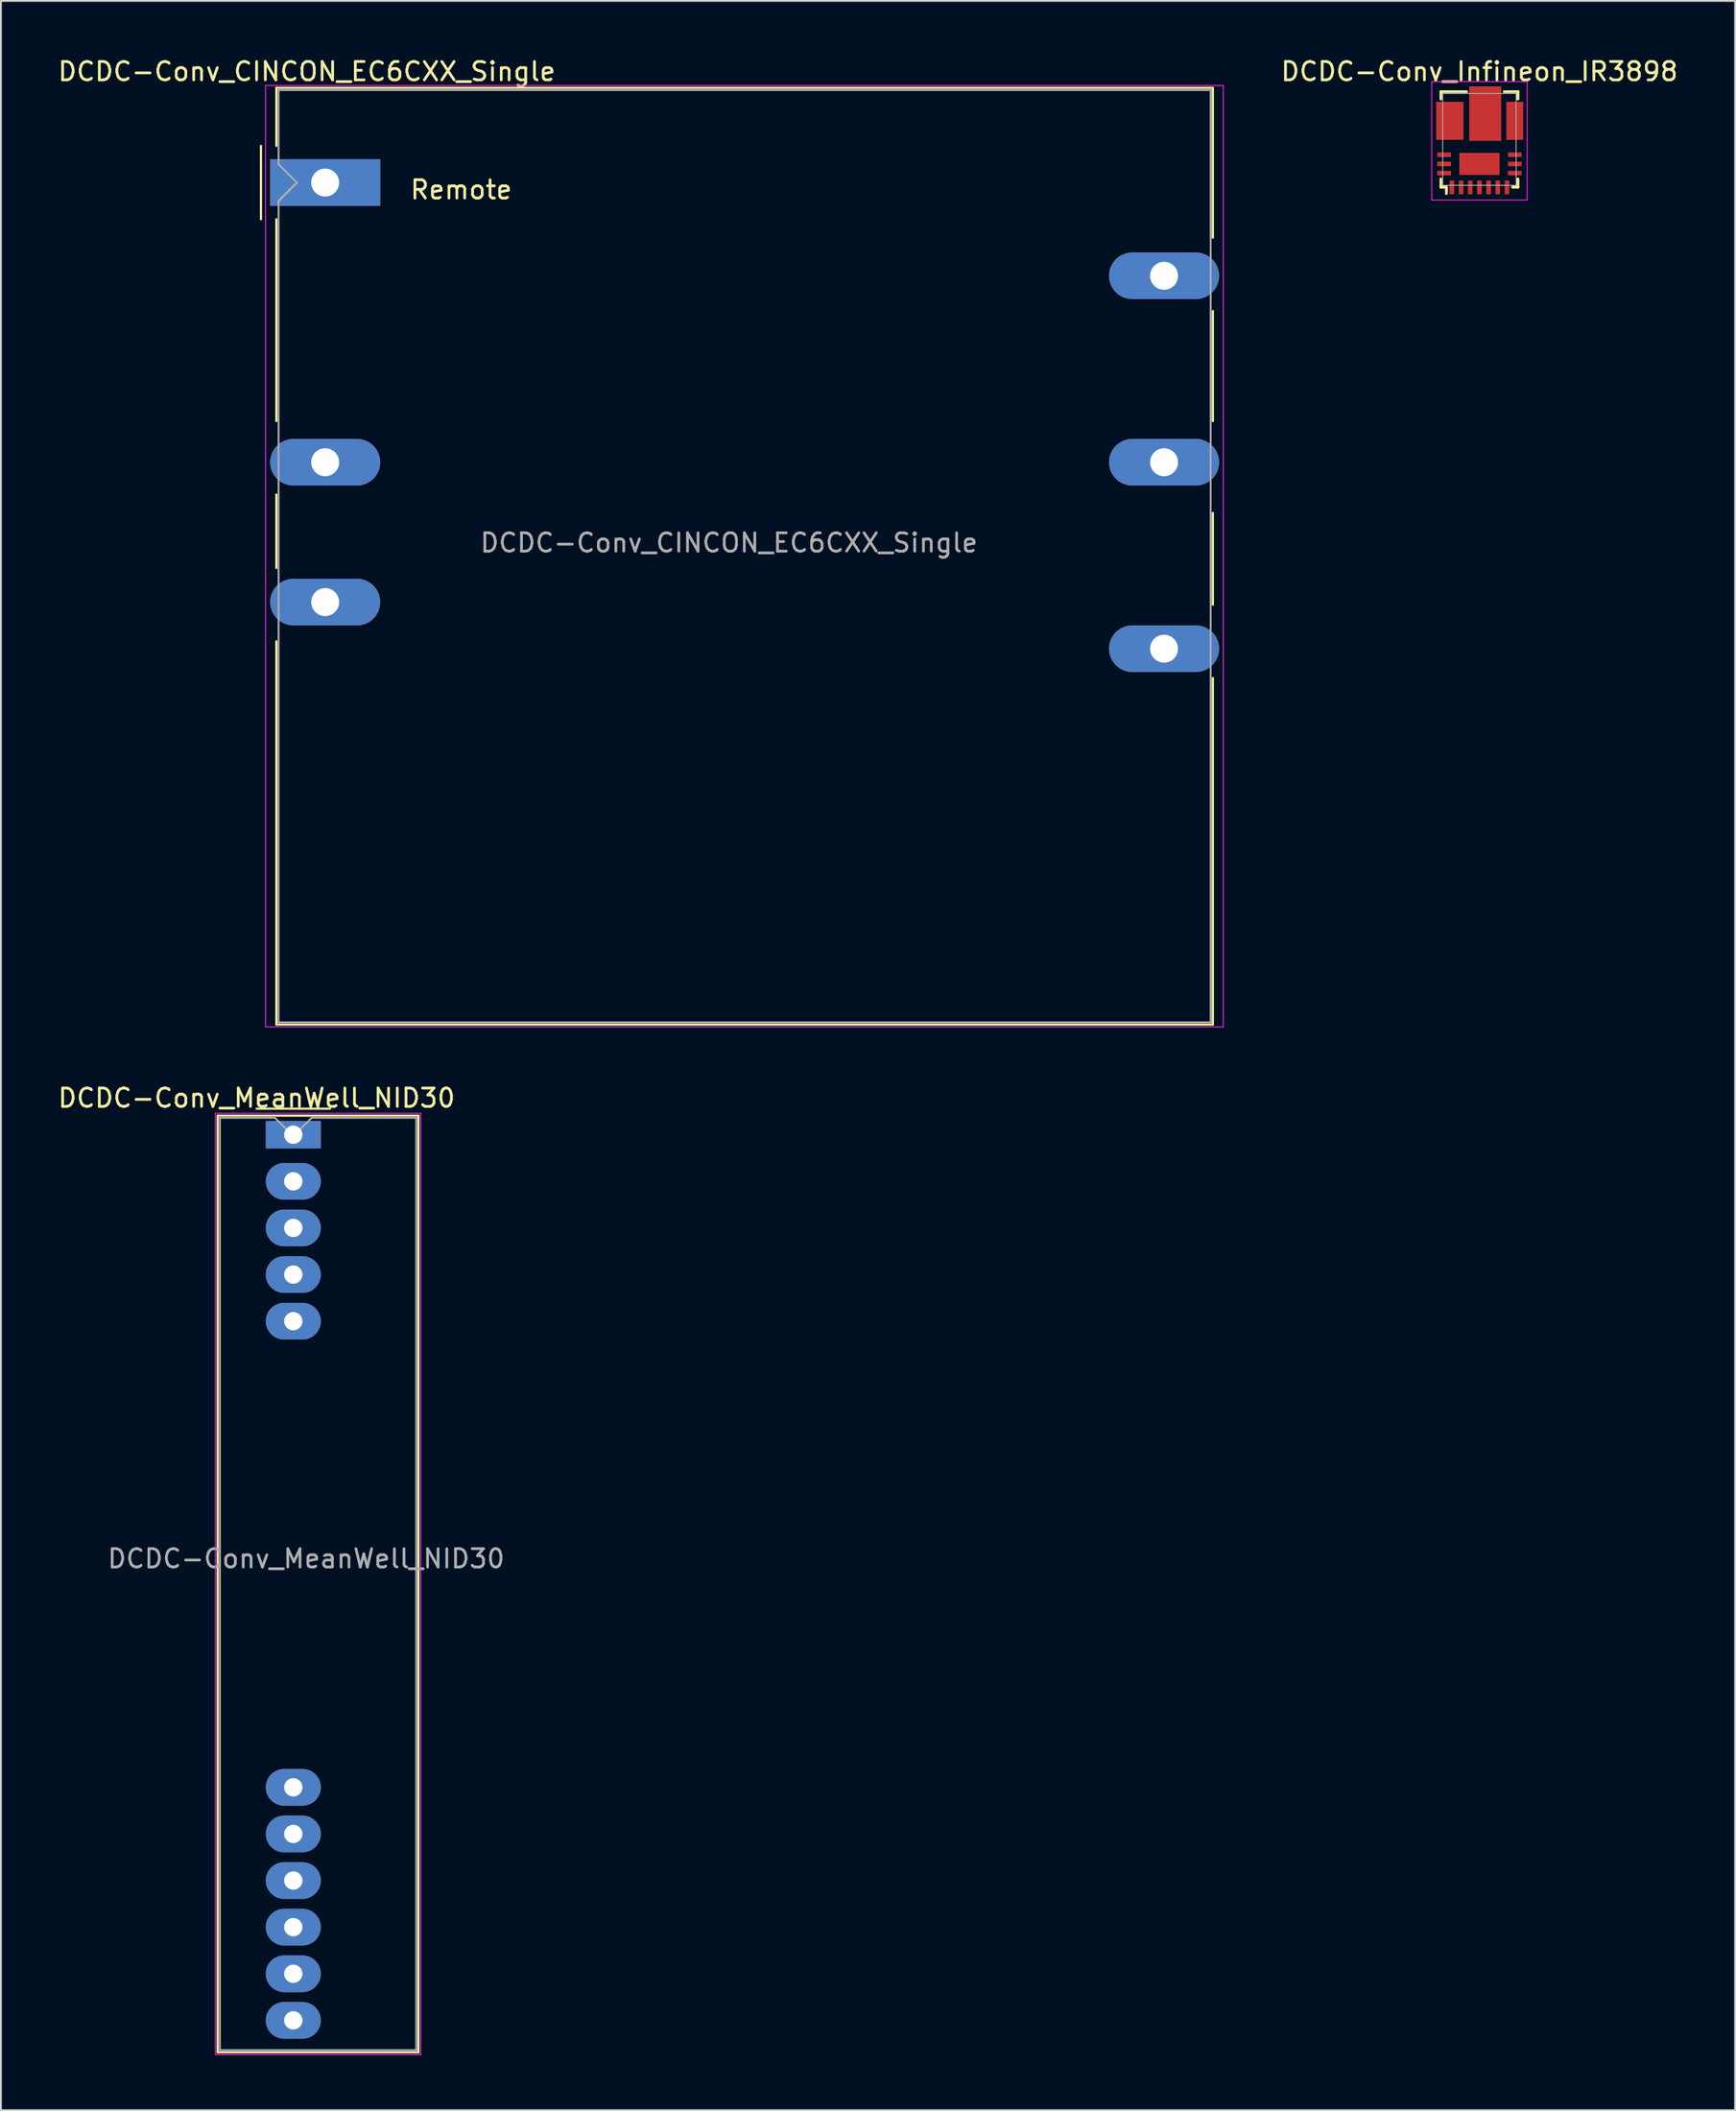
<source format=kicad_pcb>
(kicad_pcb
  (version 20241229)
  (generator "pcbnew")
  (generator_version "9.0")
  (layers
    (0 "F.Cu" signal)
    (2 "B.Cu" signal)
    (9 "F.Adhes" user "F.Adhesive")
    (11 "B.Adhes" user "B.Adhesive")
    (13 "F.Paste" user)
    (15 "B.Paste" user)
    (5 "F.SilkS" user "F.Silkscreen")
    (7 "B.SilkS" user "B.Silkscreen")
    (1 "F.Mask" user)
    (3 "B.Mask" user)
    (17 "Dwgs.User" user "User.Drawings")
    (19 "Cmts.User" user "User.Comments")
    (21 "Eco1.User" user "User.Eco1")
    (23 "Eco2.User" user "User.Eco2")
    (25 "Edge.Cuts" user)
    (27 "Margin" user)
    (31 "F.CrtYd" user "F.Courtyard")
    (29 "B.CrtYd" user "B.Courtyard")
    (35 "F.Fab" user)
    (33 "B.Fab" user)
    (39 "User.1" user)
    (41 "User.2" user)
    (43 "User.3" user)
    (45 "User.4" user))
  (footprint "DCDC-Conv_CINCON_EC6CXX_Single"
    (layer "F.Cu")
    (at 14.673 6.898)
    (property "Reference" "DCDC-Conv_CINCON_EC6CXX_Single" (at -1 -6.05 0) (layer "F.SilkS") (effects (font (size 1 1) (thickness 0.15))))
    (attr through_hole)
    (fp_line (start -3.5 -2) (end -3.5 2) (stroke (width 0.12) (type solid)) (layer "F.SilkS"))
    (fp_line (start -2.66 -5.16) (end 48.38 -5.16) (stroke (width 0.12) (type solid)) (layer "F.SilkS"))
    (fp_line (start -2.66 -2) (end -2.66 -5.16) (stroke (width 0.12) (type solid)) (layer "F.SilkS"))
    (fp_line (start -2.66 2) (end -2.66 13) (stroke (width 0.12) (type solid)) (layer "F.SilkS"))
    (fp_line (start -2.66 17) (end -2.66 21) (stroke (width 0.12) (type solid)) (layer "F.SilkS"))
    (fp_line (start -2.66 25) (end -2.66 45.88) (stroke (width 0.12) (type solid)) (layer "F.SilkS"))
    (fp_line (start 48.38 -5.16) (end 48.38 3) (stroke (width 0.12) (type solid)) (layer "F.SilkS"))
    (fp_line (start 48.38 7) (end 48.38 13) (stroke (width 0.12) (type solid)) (layer "F.SilkS"))
    (fp_line (start 48.38 18) (end 48.38 23) (stroke (width 0.12) (type solid)) (layer "F.SilkS"))
    (fp_line (start 48.38 27) (end 48.38 45.88) (stroke (width 0.12) (type solid)) (layer "F.SilkS"))
    (fp_line (start 48.38 45.88) (end -2.66 45.88) (stroke (width 0.12) (type solid)) (layer "F.SilkS"))
    (fp_line (start -3.25 -5.29) (end -3.25 46.01) (stroke (width 0.05) (type solid)) (layer "F.CrtYd"))
    (fp_line (start -3.25 -5.29) (end 48.95 -5.29) (stroke (width 0.05) (type solid)) (layer "F.CrtYd"))
    (fp_line (start -3.25 46.01) (end 48.95 46.01) (stroke (width 0.05) (type solid)) (layer "F.CrtYd"))
    (fp_line (start 48.95 -5.29) (end 48.95 46.01) (stroke (width 0.05) (type solid)) (layer "F.CrtYd"))
    (fp_line (start -2.54 -5.04) (end 48.26 -5.04) (stroke (width 0.1) (type solid)) (layer "F.Fab"))
    (fp_line (start -2.54 -1) (end -2.54 -5.04) (stroke (width 0.1) (type solid)) (layer "F.Fab"))
    (fp_line (start -2.54 -1) (end -1.54 0) (stroke (width 0.1) (type solid)) (layer "F.Fab"))
    (fp_line (start -2.54 45.76) (end -2.54 1) (stroke (width 0.1) (type solid)) (layer "F.Fab"))
    (fp_line (start -1.54 0) (end -2.54 1) (stroke (width 0.12) (type solid)) (layer "F.Fab"))
    (fp_line (start 48.26 45.76) (end -2.54 45.76) (stroke (width 0.1) (type solid)) (layer "F.Fab"))
    (fp_line (start 48.26 45.76) (end 48.26 -5.04) (stroke (width 0.1) (type solid)) (layer "F.Fab"))
    (fp_text user "Remote" (at 7.414 0.391 0) (layer "F.SilkS") (effects (font (size 1 1) (thickness 0.15))))
    (fp_text user "${REFERENCE}" (at 22.01 19.63 0) (layer "F.Fab") (effects (font (size 1 1) (thickness 0.15))))
    (pad "1" thru_hole rect (at 0 0) (size 5.999 2.54) (drill 1.524) (layers "*.Cu" "*.Mask"))
    (pad "3" thru_hole oval (at 0 15.24) (size 6 2.54) (drill 1.524) (layers "*.Cu" "*.Mask"))
    (pad "4" thru_hole oval (at 0 22.86) (size 6 2.54) (drill 1.524) (layers "*.Cu" "*.Mask"))
    (pad "5" thru_hole oval (at 45.72 5.08) (size 5.999 2.54) (drill 1.524) (layers "*.Cu" "*.Mask"))
    (pad "6" thru_hole oval (at 45.72 15.24) (size 6 2.54) (drill 1.524) (layers "*.Cu" "*.Mask"))
    (pad "7" thru_hole oval (at 45.72 25.4) (size 6 2.54) (drill 1.524) (layers "*.Cu" "*.Mask")))
  (footprint "DCDC-Conv_MeanWell_NID30"
    (layer "F.Cu")
    (at 12.935 58.782)
    (property "Reference" "DCDC-Conv_MeanWell_NID30" (at -2 -2 0) (layer "F.SilkS") (effects (font (size 1 1) (thickness 0.15))))
    (attr through_hole)
    (fp_line (start -4.12 -1.04) (end 6.82 -1.04) (stroke (width 0.12) (type solid)) (layer "F.SilkS"))
    (fp_line (start -4.12 50) (end -4.12 -1.04) (stroke (width 0.12) (type solid)) (layer "F.SilkS"))
    (fp_line (start -2 -1.42) (end 2 -1.42) (stroke (width 0.12) (type solid)) (layer "F.SilkS"))
    (fp_line (start 6.82 -1.04) (end 6.82 50) (stroke (width 0.12) (type solid)) (layer "F.SilkS"))
    (fp_line (start 6.82 50) (end -4.12 50) (stroke (width 0.12) (type solid)) (layer "F.SilkS"))
    (fp_line (start -4.25 -1.17) (end 6.95 -1.17) (stroke (width 0.05) (type solid)) (layer "F.CrtYd"))
    (fp_line (start -4.25 50.13) (end -4.25 -1.17) (stroke (width 0.05) (type solid)) (layer "F.CrtYd"))
    (fp_line (start 6.95 -1.17) (end 6.95 50.13) (stroke (width 0.05) (type solid)) (layer "F.CrtYd"))
    (fp_line (start 6.95 50.13) (end -4.25 50.13) (stroke (width 0.05) (type solid)) (layer "F.CrtYd"))
    (fp_line (start -4 -0.92) (end -1 -0.92) (stroke (width 0.1) (type solid)) (layer "F.Fab"))
    (fp_line (start -4 49.88) (end -4 -0.92) (stroke (width 0.1) (type solid)) (layer "F.Fab"))
    (fp_line (start -1 -0.92) (end 0 0.08) (stroke (width 0.1) (type solid)) (layer "F.Fab"))
    (fp_line (start 0 0.08) (end 1 -0.92) (stroke (width 0.1) (type solid)) (layer "F.Fab"))
    (fp_line (start 1 -0.92) (end 6.7 -0.92) (stroke (width 0.1) (type solid)) (layer "F.Fab"))
    (fp_line (start 6.7 -0.92) (end 6.7 49.88) (stroke (width 0.1) (type solid)) (layer "F.Fab"))
    (fp_line (start 6.7 49.88) (end -4 49.88) (stroke (width 0.1) (type solid)) (layer "F.Fab"))
    (fp_text user "${REFERENCE}" (at 0.7 23.1 0) (layer "F.Fab") (effects (font (size 1 1) (thickness 0.15))))
    (pad "1" thru_hole rect (at 0 0) (size 3 1.5) (drill 1) (layers "*.Cu" "*.Mask"))
    (pad "2" thru_hole oval (at 0 2.54) (size 3 2) (drill 1) (layers "*.Cu" "*.Mask"))
    (pad "3" thru_hole oval (at 0 5.08) (size 3 2) (drill 1) (layers "*.Cu" "*.Mask"))
    (pad "4" thru_hole oval (at 0 7.62) (size 3 2) (drill 1) (layers "*.Cu" "*.Mask"))
    (pad "5" thru_hole oval (at 0 10.16) (size 3 2) (drill 1) (layers "*.Cu" "*.Mask"))
    (pad "6" thru_hole oval (at 0 35.56) (size 3 2) (drill 1) (layers "*.Cu" "*.Mask"))
    (pad "7" thru_hole oval (at 0 38.1) (size 3 2) (drill 1) (layers "*.Cu" "*.Mask"))
    (pad "8" thru_hole oval (at 0 40.64) (size 3 2) (drill 1) (layers "*.Cu" "*.Mask"))
    (pad "9" thru_hole oval (at 0 43.18) (size 3 2) (drill 1) (layers "*.Cu" "*.Mask"))
    (pad "10" thru_hole oval (at 0 45.72) (size 3 2) (drill 1) (layers "*.Cu" "*.Mask"))
    (pad "11" thru_hole oval (at 0 48.26) (size 3 2) (drill 1) (layers "*.Cu" "*.Mask")))
  (footprint "DCDC-Conv_Infineon_IR3898"
    (layer "F.Cu")
    (at 77.582 4.548)
    (property "Reference" "DCDC-Conv_Infineon_IR3898" (at 0 -3.7 0) (layer "F.SilkS") (effects (font (size 1 1) (thickness 0.15))))
    (attr smd)
    (fp_line (start -2.1 -2.6) (end -2.1 -2.2) (stroke (width 0.15) (type solid)) (layer "F.SilkS"))
    (fp_line (start -2.1 2.15) (end -2.1 2.6) (stroke (width 0.15) (type solid)) (layer "F.SilkS"))
    (fp_line (start -2.1 2.6) (end -1.8 2.6) (stroke (width 0.15) (type solid)) (layer "F.SilkS"))
    (fp_line (start -1.8 2.6) (end -1.8 2.95) (stroke (width 0.15) (type solid)) (layer "F.SilkS"))
    (fp_line (start -0.7 -2.6) (end -2.1 -2.6) (stroke (width 0.15) (type solid)) (layer "F.SilkS"))
    (fp_line (start 1.8 2.6) (end 2.1 2.6) (stroke (width 0.15) (type solid)) (layer "F.SilkS"))
    (fp_line (start 2.1 -2.6) (end 1.35 -2.6) (stroke (width 0.15) (type solid)) (layer "F.SilkS"))
    (fp_line (start 2.1 -2.6) (end 2.1 -2.2) (stroke (width 0.15) (type solid)) (layer "F.SilkS"))
    (fp_line (start 2.1 2.15) (end 2.1 2.6) (stroke (width 0.15) (type solid)) (layer "F.SilkS"))
    (fp_line (start -2.6 -3.15) (end 2.6 -3.15) (stroke (width 0.05) (type solid)) (layer "F.CrtYd"))
    (fp_line (start -2.6 3.3) (end -2.6 -3.15) (stroke (width 0.05) (type solid)) (layer "F.CrtYd"))
    (fp_line (start 2.6 -3.15) (end 2.6 3.3) (stroke (width 0.05) (type solid)) (layer "F.CrtYd"))
    (fp_line (start 2.6 3.3) (end -2.6 3.3) (stroke (width 0.05) (type solid)) (layer "F.CrtYd"))
    (fp_line (start -2 -2.5) (end -2 2.5) (stroke (width 0.05) (type solid)) (layer "F.Fab"))
    (fp_line (start -2 -2.5) (end 2 -2.5) (stroke (width 0.05) (type solid)) (layer "F.Fab"))
    (fp_line (start -2 2.5) (end 2 2.5) (stroke (width 0.05) (type solid)) (layer "F.Fab"))
    (fp_line (start 2 -2.5) (end 2 2.5) (stroke (width 0.05) (type solid)) (layer "F.Fab"))
    (pad "" smd rect (at -2.125 -1.84 180) (size 0.8 0.3) (drill (offset -0.2 0)) (layers "F.Mask" "F.Paste"))
    (pad "" smd rect (at -2.125 -1.29 180) (size 0.8 0.3) (drill (offset -0.2 0)) (layers "F.Mask" "F.Paste"))
    (pad "" smd rect (at -2.125 -0.74 180) (size 0.8 0.3) (drill (offset -0.2 0)) (layers "F.Mask" "F.Paste"))
    (pad "" smd rect (at -2.125 -0.19 180) (size 0.8 0.3) (drill (offset -0.2 0)) (layers "F.Mask" "F.Paste"))
    (pad "" smd rect (at -1.412 -1.015 180) (size 0.97 1.95) (layers "F.Mask" "F.Paste"))
    (pad "" smd rect (at -0.345 -2.615) (size 0.3 0.6) (drill (offset 0 0.1)) (layers "F.Mask" "F.Paste"))
    (pad "" smd rect (at 0.315 -2.615) (size 0.3 0.6) (drill (offset 0 0.1)) (layers "F.Mask" "F.Paste"))
    (pad "" smd rect (at 0.315 -1.205) (size 1.62 2.42) (layers "F.Mask" "F.Paste"))
    (pad "" smd rect (at 0.975 -2.615) (size 0.3 0.6) (drill (offset 0 0.1)) (layers "F.Mask" "F.Paste"))
    (pad "" smd rect (at 1.725 -1.015) (size 0.4 1.95) (layers "F.Mask" "F.Paste"))
    (pad "" smd rect (at 2.125 -1.84) (size 0.8 0.3) (drill (offset -0.2 0)) (layers "F.Mask" "F.Paste"))
    (pad "" smd rect (at 2.125 -1.29) (size 0.8 0.3) (drill (offset -0.2 0)) (layers "F.Mask" "F.Paste"))
    (pad "" smd rect (at 2.125 -0.74) (size 0.8 0.3) (drill (offset -0.2 0)) (layers "F.Mask" "F.Paste"))
    (pad "" smd rect (at 2.125 -0.19) (size 0.8 0.3) (drill (offset -0.2 0)) (layers "F.Mask" "F.Paste"))
    (pad "1" smd rect (at -1.5 2.615) (size 0.25 0.75) (layers "F.Cu" "F.Mask" "F.Paste"))
    (pad "2" smd rect (at -1 2.615) (size 0.25 0.75) (layers "F.Cu" "F.Mask" "F.Paste"))
    (pad "3" smd rect (at -0.5 2.615) (size 0.25 0.75) (layers "F.Cu" "F.Mask" "F.Paste"))
    (pad "4" smd rect (at 0 2.615) (size 0.25 0.75) (layers "F.Cu" "F.Mask" "F.Paste"))
    (pad "5" smd rect (at 0.5 2.615) (size 0.25 0.75) (layers "F.Cu" "F.Mask" "F.Paste"))
    (pad "6" smd rect (at 1 2.615) (size 0.25 0.75) (layers "F.Cu" "F.Mask" "F.Paste"))
    (pad "7" smd rect (at 1.5 2.615) (size 0.25 0.75) (layers "F.Cu" "F.Mask" "F.Paste"))
    (pad "8" smd rect (at 1.925 1.835) (size 0.75 0.25) (layers "F.Cu" "F.Mask" "F.Paste"))
    (pad "9" smd rect (at 1.925 1.335) (size 0.75 0.25) (layers "F.Cu" "F.Mask" "F.Paste"))
    (pad "10" smd rect (at 1.925 0.835) (size 0.75 0.25) (layers "F.Cu" "F.Mask" "F.Paste"))
    (pad "11" smd rect (at 1.925 -1.015) (size 0.92 2.07) (layers "F.Cu"))
    (pad "12" smd rect (at 0.315 -1.405) (size 1.74 2.97) (layers "F.Cu"))
    (pad "13" smd rect (at -1.615 -1.015 180) (size 1.49 2.07) (layers "F.Cu"))
    (pad "14" smd rect (at -1.925 0.835) (size 0.75 0.25) (layers "F.Cu" "F.Mask" "F.Paste"))
    (pad "15" smd rect (at -1.925 1.335) (size 0.75 0.25) (layers "F.Cu" "F.Mask" "F.Paste"))
    (pad "16" smd rect (at -1.925 1.835) (size 0.75 0.25) (layers "F.Cu" "F.Mask" "F.Paste"))
    (pad "17" smd rect (at 0 1.335) (size 2.19 1.2) (layers "F.Cu" "F.Mask" "F.Paste")))
  (gr_rect
    (start -3 -3)
    (end 91.517 111.936)
    (stroke (width 0.1) (type default))
    (fill no)
    (layer "Edge.Cuts")))
</source>
